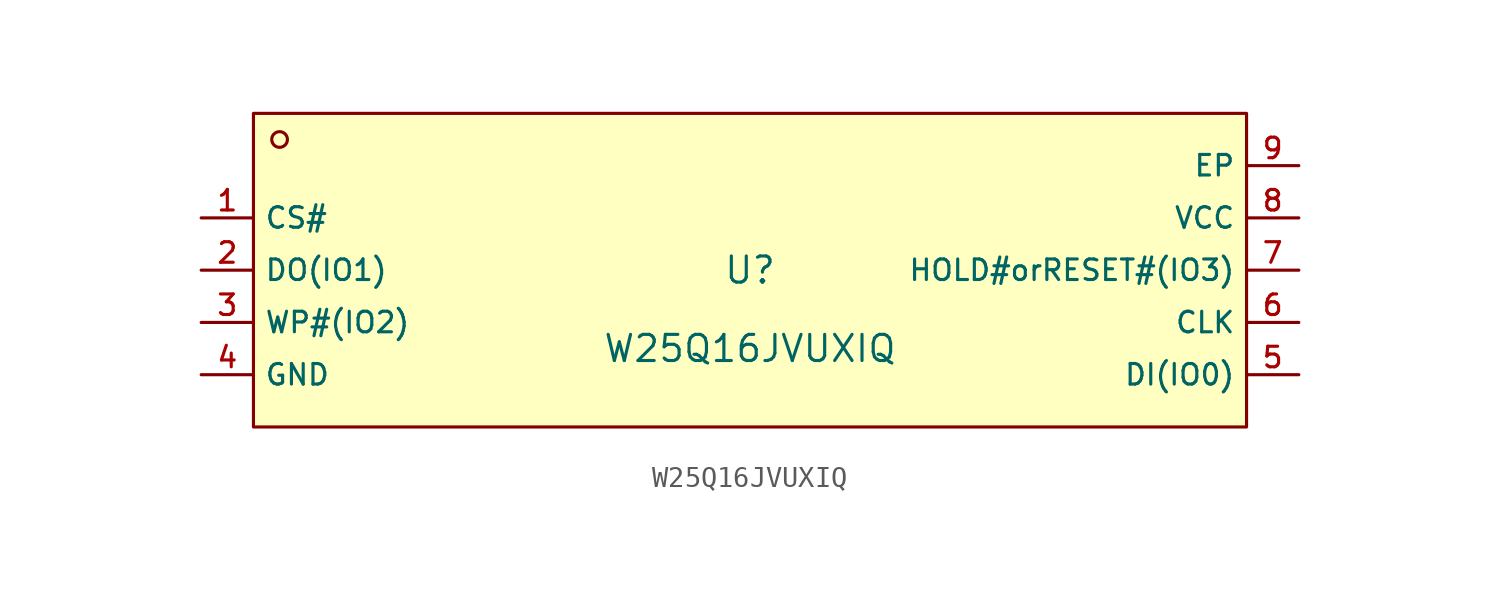
<source format=kicad_sym>
(kicad_symbol_lib
  (version 20210201)
  (generator TousstNicolas/JLC2KiCad_lib)
  (symbol "W25Q16JVUXIQ"
    (property "Reference" "U"
      (at 0 1.27 0)
      (effects (font (size 1.27 1.27))))
    (property "Value" "W25Q16JVUXIQ"
      (at 0 -2.54 0)
      (effects (font (size 1.27 1.27))))
    (symbol "W25Q16JVUXIQ_0_1"
      (rectangle (start -24.13 8.89) (end 24.13 -6.35) (stroke (width 0) (type default) (color 0 0 0 0)) (fill (type background)))
      (circle (center -22.86 7.62) (radius 0.381) (stroke (width 0) (type default) (color 0 0 0 0)) (fill (type background)))
      (pin unspecified line (at -26.67 3.81 0) (length 2.54) (name "CS#" (effects (font (size 1 1)))) (number "1" (effects (font (size 1 1)))))
      (pin unspecified line (at -26.67 1.27 0) (length 2.54) (name "DO(IO1)" (effects (font (size 1 1)))) (number "2" (effects (font (size 1 1)))))
      (pin unspecified line (at -26.67 -1.27 0) (length 2.54) (name "WP#(IO2)" (effects (font (size 1 1)))) (number "3" (effects (font (size 1 1)))))
      (pin unspecified line (at -26.67 -3.81 0) (length 2.54) (name "GND" (effects (font (size 1 1)))) (number "4" (effects (font (size 1 1)))))
      (pin unspecified line (at 26.67 -3.81 180) (length 2.54) (name "DI(IO0)" (effects (font (size 1 1)))) (number "5" (effects (font (size 1 1)))))
      (pin unspecified line (at 26.67 -1.27 180) (length 2.54) (name "CLK" (effects (font (size 1 1)))) (number "6" (effects (font (size 1 1)))))
      (pin unspecified line (at 26.67 1.27 180) (length 2.54) (name "HOLD#orRESET#(IO3)" (effects (font (size 1 1)))) (number "7" (effects (font (size 1 1)))))
      (pin unspecified line (at 26.67 3.81 180) (length 2.54) (name "VCC" (effects (font (size 1 1)))) (number "8" (effects (font (size 1 1)))))
      (pin unspecified line (at 26.67 6.35 180) (length 2.54) (name "EP" (effects (font (size 1 1)))) (number "9" (effects (font (size 1 1))))))))
</source>
